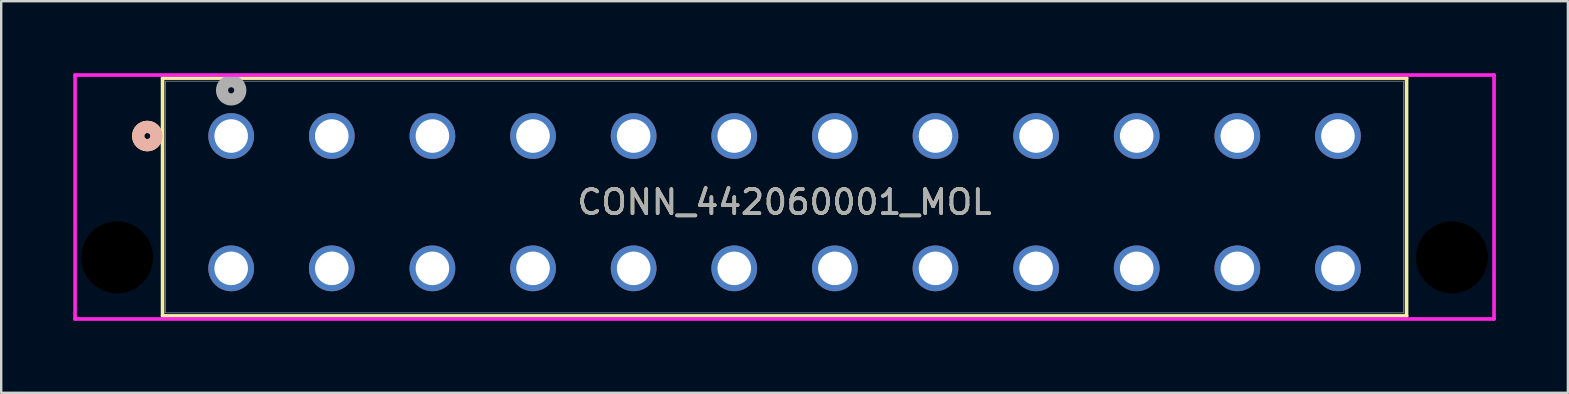
<source format=kicad_pcb>
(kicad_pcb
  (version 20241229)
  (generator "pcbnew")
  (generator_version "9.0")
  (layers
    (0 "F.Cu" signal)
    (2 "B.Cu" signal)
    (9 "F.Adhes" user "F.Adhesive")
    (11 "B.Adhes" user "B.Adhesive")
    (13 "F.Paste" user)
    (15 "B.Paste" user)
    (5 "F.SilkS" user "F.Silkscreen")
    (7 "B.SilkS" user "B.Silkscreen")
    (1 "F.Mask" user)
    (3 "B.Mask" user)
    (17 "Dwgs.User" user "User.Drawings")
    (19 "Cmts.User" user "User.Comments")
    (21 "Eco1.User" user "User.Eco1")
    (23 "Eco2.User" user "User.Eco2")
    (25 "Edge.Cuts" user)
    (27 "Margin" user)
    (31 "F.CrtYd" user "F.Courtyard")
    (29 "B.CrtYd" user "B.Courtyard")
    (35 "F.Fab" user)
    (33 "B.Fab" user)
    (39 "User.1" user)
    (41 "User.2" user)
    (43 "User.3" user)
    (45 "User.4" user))
  (footprint "CONN_442060001_MOL"
    (layer "F.Cu")
    (at 6.579 2.616)
    (property "Reference" "CONN_442060001_MOL" (at 23.05 2.756 0) (unlocked yes) (layer "F.SilkS") (effects (font (size 1 1) (thickness 0.15))))
    (attr through_hole)
    (fp_line (start -2.857 -2.413) (end -2.857 7.493) (stroke (width 0.152) (type solid)) (layer "F.SilkS"))
    (fp_line (start -2.857 7.493) (end 48.959 7.493) (stroke (width 0.152) (type solid)) (layer "F.SilkS"))
    (fp_line (start 48.959 -2.413) (end -2.857 -2.413) (stroke (width 0.152) (type solid)) (layer "F.SilkS"))
    (fp_line (start 48.959 7.493) (end 48.959 -2.413) (stroke (width 0.152) (type solid)) (layer "F.SilkS"))
    (fp_circle (center -3.493 0) (end -3.111 0) (stroke (width 0.508) (type solid)) (fill no) (layer "F.SilkS"))
    (fp_circle (center -3.493 0) (end -3.111 0) (stroke (width 0.508) (type solid)) (fill no) (layer "B.SilkS"))
    (fp_line (start -6.502 -2.54) (end -6.502 7.62) (stroke (width 0.152) (type solid)) (layer "F.CrtYd"))
    (fp_line (start -6.502 7.62) (end 52.603 7.62) (stroke (width 0.152) (type solid)) (layer "F.CrtYd"))
    (fp_line (start 52.603 -2.54) (end -6.502 -2.54) (stroke (width 0.152) (type solid)) (layer "F.CrtYd"))
    (fp_line (start 52.603 7.62) (end 52.603 -2.54) (stroke (width 0.152) (type solid)) (layer "F.CrtYd"))
    (fp_line (start -2.731 -2.286) (end -2.731 7.366) (stroke (width 0.025) (type solid)) (layer "F.Fab"))
    (fp_line (start -2.731 7.366) (end 48.831 7.366) (stroke (width 0.025) (type solid)) (layer "F.Fab"))
    (fp_line (start 48.831 -2.286) (end -2.731 -2.286) (stroke (width 0.025) (type solid)) (layer "F.Fab"))
    (fp_line (start 48.831 7.366) (end 48.831 -2.286) (stroke (width 0.025) (type solid)) (layer "F.Fab"))
    (fp_circle (center 0 -1.905) (end 0.381 -1.905) (stroke (width 0.508) (type solid)) (fill no) (layer "F.Fab"))
    (fp_text user "${REFERENCE}" (at 23.05 2.756 0) (unlocked yes) (layer "F.Fab") (effects (font (size 1 1) (thickness 0.15))))
    (pad "" np_thru_hole circle (at -4.75 5.055) (size 2.997 2.997) (drill 2.997) (layers))
    (pad "" np_thru_hole circle (at 50.851 5.055) (size 2.997 2.997) (drill 2.997) (layers))
    (pad "1" thru_hole circle (at 0 0) (size 1.905 1.905) (drill 1.397) (layers "*.Cu" "*.Mask"))
    (pad "2" thru_hole circle (at 0 5.512) (size 1.905 1.905) (drill 1.397) (layers "*.Cu" "*.Mask"))
    (pad "3" thru_hole circle (at 4.191 0) (size 1.905 1.905) (drill 1.397) (layers "*.Cu" "*.Mask"))
    (pad "4" thru_hole circle (at 4.191 5.512) (size 1.905 1.905) (drill 1.397) (layers "*.Cu" "*.Mask"))
    (pad "5" thru_hole circle (at 8.382 0) (size 1.905 1.905) (drill 1.397) (layers "*.Cu" "*.Mask"))
    (pad "6" thru_hole circle (at 8.382 5.512) (size 1.905 1.905) (drill 1.397) (layers "*.Cu" "*.Mask"))
    (pad "7" thru_hole circle (at 12.573 0) (size 1.905 1.905) (drill 1.397) (layers "*.Cu" "*.Mask"))
    (pad "8" thru_hole circle (at 12.573 5.512) (size 1.905 1.905) (drill 1.397) (layers "*.Cu" "*.Mask"))
    (pad "9" thru_hole circle (at 16.764 0) (size 1.905 1.905) (drill 1.397) (layers "*.Cu" "*.Mask"))
    (pad "10" thru_hole circle (at 16.764 5.512) (size 1.905 1.905) (drill 1.397) (layers "*.Cu" "*.Mask"))
    (pad "11" thru_hole circle (at 20.955 0) (size 1.905 1.905) (drill 1.397) (layers "*.Cu" "*.Mask"))
    (pad "12" thru_hole circle (at 20.955 5.512) (size 1.905 1.905) (drill 1.397) (layers "*.Cu" "*.Mask"))
    (pad "13" thru_hole circle (at 25.146 0) (size 1.905 1.905) (drill 1.397) (layers "*.Cu" "*.Mask"))
    (pad "14" thru_hole circle (at 25.146 5.512) (size 1.905 1.905) (drill 1.397) (layers "*.Cu" "*.Mask"))
    (pad "15" thru_hole circle (at 29.337 0) (size 1.905 1.905) (drill 1.397) (layers "*.Cu" "*.Mask"))
    (pad "16" thru_hole circle (at 29.337 5.512) (size 1.905 1.905) (drill 1.397) (layers "*.Cu" "*.Mask"))
    (pad "17" thru_hole circle (at 33.528 0) (size 1.905 1.905) (drill 1.397) (layers "*.Cu" "*.Mask"))
    (pad "18" thru_hole circle (at 33.528 5.512) (size 1.905 1.905) (drill 1.397) (layers "*.Cu" "*.Mask"))
    (pad "19" thru_hole circle (at 37.719 0) (size 1.905 1.905) (drill 1.397) (layers "*.Cu" "*.Mask"))
    (pad "20" thru_hole circle (at 37.719 5.512) (size 1.905 1.905) (drill 1.397) (layers "*.Cu" "*.Mask"))
    (pad "21" thru_hole circle (at 41.91 0) (size 1.905 1.905) (drill 1.397) (layers "*.Cu" "*.Mask"))
    (pad "22" thru_hole circle (at 41.91 5.512) (size 1.905 1.905) (drill 1.397) (layers "*.Cu" "*.Mask"))
    (pad "23" thru_hole circle (at 46.101 0) (size 1.905 1.905) (drill 1.397) (layers "*.Cu" "*.Mask"))
    (pad "24" thru_hole circle (at 46.101 5.512) (size 1.905 1.905) (drill 1.397) (layers "*.Cu" "*.Mask")))
  (gr_rect
    (start -3 -3)
    (end 62.258 13.312)
    (stroke (width 0.1) (type default))
    (fill no)
    (layer "Edge.Cuts")))
</source>
